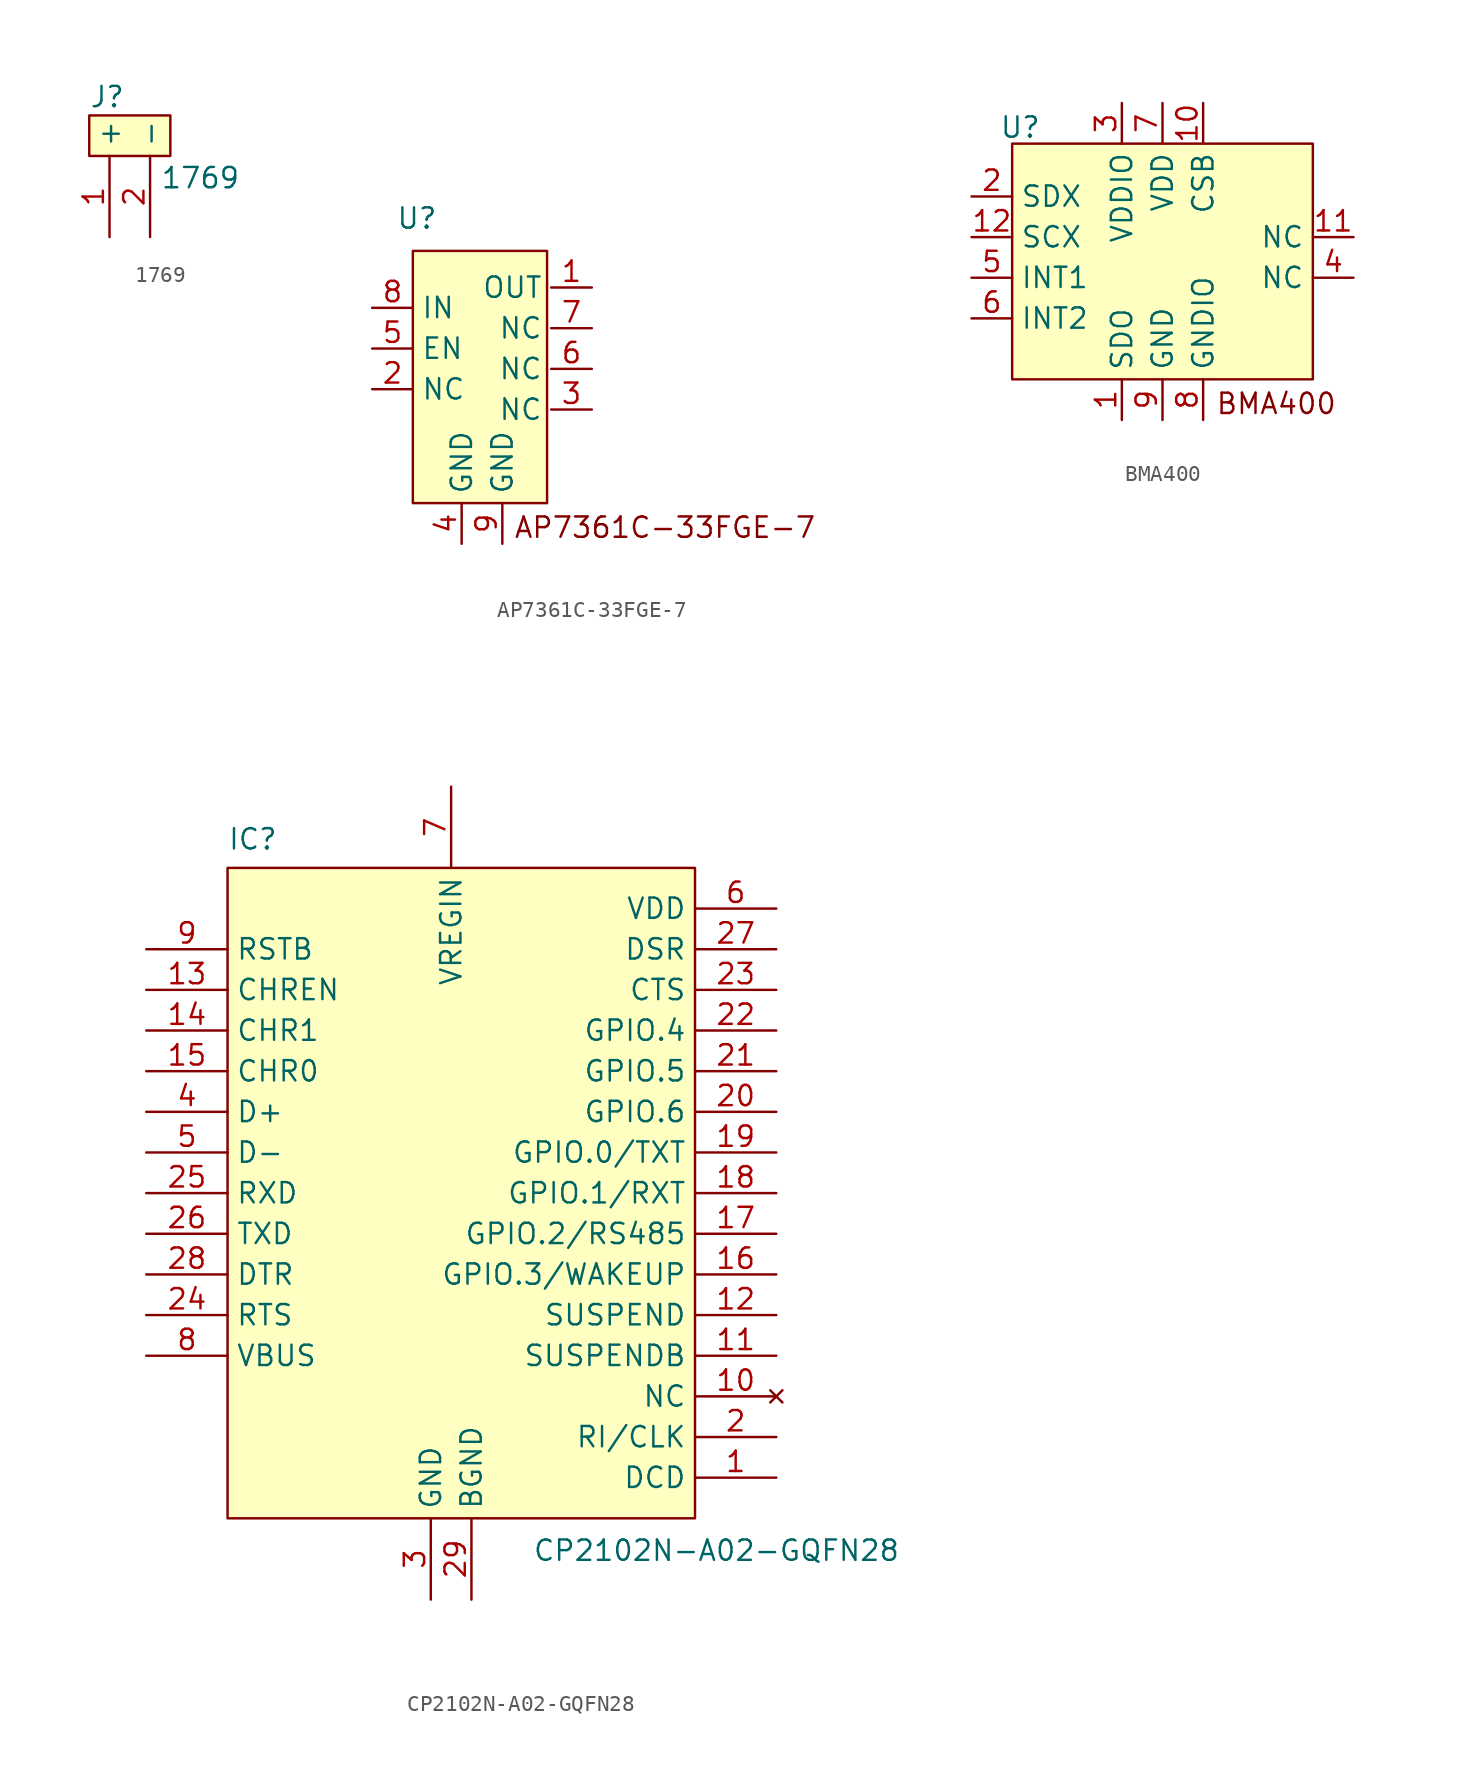
<source format=kicad_sym>
(kicad_symbol_lib
  (version 20220914)
  (generator kicad_symbol_editor)
  (symbol "1769"
    (property "Reference" "J"
      (at -2.54 4.445 0)
      (effects (font (size 1.27 1.27)) (justify left top)))
    (property "Value" "1769"
      (at 1.905 -0.635 0)
      (effects (font (size 1.27 1.27)) (justify left top)))
    (symbol "1769_1_1"
      (rectangle (start -2.54 2.54) (end 2.54 0) (stroke (width 0) (type default)) (fill (type background)))
      (pin passive line (at -1.27 -5.08 90) (length 5.08) (name "+" (effects (font (size 1.27 1.27)))) (number "1" (effects (font (size 1.27 1.27)))))
      (pin passive line (at 1.27 -5.08 90) (length 5.08) (name "-" (effects (font (size 1.27 1.27)))) (number "2" (effects (font (size 1.27 1.27)))))))
  (symbol "AP7361C-33FGE-7"
    (property "Reference" "U"
      (at -4.064 8.128 0)
      (effects (font (size 1.27 1.27))))
    (property "Value" ""
      (at 14.986 14.732 0)
      (effects (font (size 1.27 1.27))))
    (symbol "AP7361C-33FGE-7_1_1"
      (rectangle (start -4.318 6.096) (end 4.064 -9.652) (stroke (width 0) (type default)) (fill (type background)))
      (text "AP7361C-33FGE-7" (at 11.43 -11.176 0) (effects (font (size 1.27 1.27))))
      (pin input line (at 6.858 3.81 180) (length 2.54) (name "OUT" (effects (font (size 1.27 1.27)))) (number "1" (effects (font (size 1.27 1.27)))))
      (pin input line (at -6.858 -2.54 0) (length 2.54) (name "NC" (effects (font (size 1.27 1.27)))) (number "2" (effects (font (size 1.27 1.27)))))
      (pin input line (at 6.858 -3.81 180) (length 2.54) (name "NC" (effects (font (size 1.27 1.27)))) (number "3" (effects (font (size 1.27 1.27)))))
      (pin input line (at -1.27 -12.192 90) (length 2.54) (name "GND" (effects (font (size 1.27 1.27)))) (number "4" (effects (font (size 1.27 1.27)))))
      (pin input line (at -6.858 0 0) (length 2.54) (name "EN" (effects (font (size 1.27 1.27)))) (number "5" (effects (font (size 1.27 1.27)))))
      (pin input line (at 6.858 -1.27 180) (length 2.54) (name "NC" (effects (font (size 1.27 1.27)))) (number "6" (effects (font (size 1.27 1.27)))))
      (pin input line (at 6.858 1.27 180) (length 2.54) (name "NC" (effects (font (size 1.27 1.27)))) (number "7" (effects (font (size 1.27 1.27)))))
      (pin input line (at -6.858 2.54 0) (length 2.54) (name "IN" (effects (font (size 1.27 1.27)))) (number "8" (effects (font (size 1.27 1.27)))))
      (pin input line (at 1.27 -12.192 90) (length 2.54) (name "GND" (effects (font (size 1.27 1.27)))) (number "9" (effects (font (size 1.27 1.27)))))))
  (symbol "BMA400"
    (property "Reference" "U"
      (at -8.89 8.128 0)
      (effects (font (size 1.27 1.27))))
    (property "Value" ""
      (at -11.43 0 0)
      (effects (font (size 1.27 1.27))))
    (symbol "BMA400_1_1"
      (rectangle (start -9.398 7.112) (end 9.398 -7.62) (stroke (width 0) (type default)) (fill (type background)))
      (text "BMA400" (at 7.112 -9.144 0) (effects (font (size 1.27 1.27))))
      (pin input line (at -2.54 -10.16 90) (length 2.54) (name "SDO" (effects (font (size 1.27 1.27)))) (number "1" (effects (font (size 1.27 1.27)))))
      (pin input line (at 2.54 9.652 270) (length 2.54) (name "CSB" (effects (font (size 1.27 1.27)))) (number "10" (effects (font (size 1.27 1.27)))))
      (pin input line (at 11.938 1.27 180) (length 2.54) (name "NC" (effects (font (size 1.27 1.27)))) (number "11" (effects (font (size 1.27 1.27)))))
      (pin input line (at -11.938 1.27 0) (length 2.54) (name "SCX" (effects (font (size 1.27 1.27)))) (number "12" (effects (font (size 1.27 1.27)))))
      (pin input line (at -11.938 3.81 0) (length 2.54) (name "SDX" (effects (font (size 1.27 1.27)))) (number "2" (effects (font (size 1.27 1.27)))))
      (pin input line (at -2.54 9.652 270) (length 2.54) (name "VDDIO" (effects (font (size 1.27 1.27)))) (number "3" (effects (font (size 1.27 1.27)))))
      (pin input line (at 11.938 -1.27 180) (length 2.54) (name "NC" (effects (font (size 1.27 1.27)))) (number "4" (effects (font (size 1.27 1.27)))))
      (pin input line (at -11.938 -1.27 0) (length 2.54) (name "INT1" (effects (font (size 1.27 1.27)))) (number "5" (effects (font (size 1.27 1.27)))))
      (pin input line (at -11.938 -3.81 0) (length 2.54) (name "INT2" (effects (font (size 1.27 1.27)))) (number "6" (effects (font (size 1.27 1.27)))))
      (pin input line (at 0 9.652 270) (length 2.54) (name "VDD" (effects (font (size 1.27 1.27)))) (number "7" (effects (font (size 1.27 1.27)))))
      (pin input line (at 2.54 -10.16 90) (length 2.54) (name "GNDIO" (effects (font (size 1.27 1.27)))) (number "8" (effects (font (size 1.27 1.27)))))
      (pin input line (at 0 -10.16 90) (length 2.54) (name "GND" (effects (font (size 1.27 1.27)))) (number "9" (effects (font (size 1.27 1.27)))))))
  (symbol "CP2102N-A02-GQFN28"
    (property "Reference" "IC"
      (at -13.97 43.18 0)
      (effects (font (size 1.27 1.27)) (justify left top)))
    (property "Value" "CP2102N-A02-GQFN28"
      (at 5.08 -1.27 0)
      (effects (font (size 1.27 1.27)) (justify left top)))
    (symbol "CP2102N-A02-GQFN28_1_1"
      (rectangle (start -13.97 40.64) (end 15.24 0) (stroke (width 0) (type default)) (fill (type background)))
      (pin input line (at 20.32 2.54 180) (length 5.08) (name "DCD" (effects (font (size 1.27 1.27)))) (number "1" (effects (font (size 1.27 1.27)))))
      (pin no_connect line (at 20.32 7.62 180) (length 5.08) (name "NC" (effects (font (size 1.27 1.27)))) (number "10" (effects (font (size 1.27 1.27)))))
      (pin output line (at 20.32 10.16 180) (length 5.08) (name "SUSPENDB" (effects (font (size 1.27 1.27)))) (number "11" (effects (font (size 1.27 1.27)))))
      (pin output line (at 20.32 12.7 180) (length 5.08) (name "SUSPEND" (effects (font (size 1.27 1.27)))) (number "12" (effects (font (size 1.27 1.27)))))
      (pin output line (at -19.05 33.02 0) (length 5.08) (name "CHREN" (effects (font (size 1.27 1.27)))) (number "13" (effects (font (size 1.27 1.27)))))
      (pin output line (at -19.05 30.48 0) (length 5.08) (name "CHR1" (effects (font (size 1.27 1.27)))) (number "14" (effects (font (size 1.27 1.27)))))
      (pin output line (at -19.05 27.94 0) (length 5.08) (name "CHR0" (effects (font (size 1.27 1.27)))) (number "15" (effects (font (size 1.27 1.27)))))
      (pin bidirectional line (at 20.32 15.24 180) (length 5.08) (name "GPIO.3/WAKEUP" (effects (font (size 1.27 1.27)))) (number "16" (effects (font (size 1.27 1.27)))))
      (pin bidirectional line (at 20.32 17.78 180) (length 5.08) (name "GPIO.2/RS485" (effects (font (size 1.27 1.27)))) (number "17" (effects (font (size 1.27 1.27)))))
      (pin bidirectional line (at 20.32 20.32 180) (length 5.08) (name "GPIO.1/RXT" (effects (font (size 1.27 1.27)))) (number "18" (effects (font (size 1.27 1.27)))))
      (pin bidirectional line (at 20.32 22.86 180) (length 5.08) (name "GPIO.0/TXT" (effects (font (size 1.27 1.27)))) (number "19" (effects (font (size 1.27 1.27)))))
      (pin bidirectional line (at 20.32 5.08 180) (length 5.08) (name "RI/CLK" (effects (font (size 1.27 1.27)))) (number "2" (effects (font (size 1.27 1.27)))))
      (pin bidirectional line (at 20.32 25.4 180) (length 5.08) (name "GPIO.6" (effects (font (size 1.27 1.27)))) (number "20" (effects (font (size 1.27 1.27)))))
      (pin bidirectional line (at 20.32 27.94 180) (length 5.08) (name "GPIO.5" (effects (font (size 1.27 1.27)))) (number "21" (effects (font (size 1.27 1.27)))))
      (pin bidirectional line (at 20.32 30.48 180) (length 5.08) (name "GPIO.4" (effects (font (size 1.27 1.27)))) (number "22" (effects (font (size 1.27 1.27)))))
      (pin input line (at 20.32 33.02 180) (length 5.08) (name "CTS" (effects (font (size 1.27 1.27)))) (number "23" (effects (font (size 1.27 1.27)))))
      (pin output line (at -19.05 12.7 0) (length 5.08) (name "RTS" (effects (font (size 1.27 1.27)))) (number "24" (effects (font (size 1.27 1.27)))))
      (pin input line (at -19.05 20.32 0) (length 5.08) (name "RXD" (effects (font (size 1.27 1.27)))) (number "25" (effects (font (size 1.27 1.27)))))
      (pin output line (at -19.05 17.78 0) (length 5.08) (name "TXD" (effects (font (size 1.27 1.27)))) (number "26" (effects (font (size 1.27 1.27)))))
      (pin input line (at 20.32 35.56 180) (length 5.08) (name "DSR" (effects (font (size 1.27 1.27)))) (number "27" (effects (font (size 1.27 1.27)))))
      (pin output line (at -19.05 15.24 0) (length 5.08) (name "DTR" (effects (font (size 1.27 1.27)))) (number "28" (effects (font (size 1.27 1.27)))))
      (pin power_in line (at 1.27 -5.08 90) (length 5.08) (name "BGND" (effects (font (size 1.27 1.27)))) (number "29" (effects (font (size 1.27 1.27)))))
      (pin power_in line (at -1.27 -5.08 90) (length 5.08) (name "GND" (effects (font (size 1.27 1.27)))) (number "3" (effects (font (size 1.27 1.27)))))
      (pin bidirectional line (at -19.05 25.4 0) (length 5.08) (name "D+" (effects (font (size 1.27 1.27)))) (number "4" (effects (font (size 1.27 1.27)))))
      (pin bidirectional line (at -19.05 22.86 0) (length 5.08) (name "D-" (effects (font (size 1.27 1.27)))) (number "5" (effects (font (size 1.27 1.27)))))
      (pin power_in line (at 20.32 38.1 180) (length 5.08) (name "VDD" (effects (font (size 1.27 1.27)))) (number "6" (effects (font (size 1.27 1.27)))))
      (pin power_in line (at 0 45.72 270) (length 5.08) (name "VREGIN" (effects (font (size 1.27 1.27)))) (number "7" (effects (font (size 1.27 1.27)))))
      (pin input line (at -19.05 10.16 0) (length 5.08) (name "VBUS" (effects (font (size 1.27 1.27)))) (number "8" (effects (font (size 1.27 1.27)))))
      (pin input line (at -19.05 35.56 0) (length 5.08) (name "RSTB" (effects (font (size 1.27 1.27)))) (number "9" (effects (font (size 1.27 1.27))))))))
</source>
